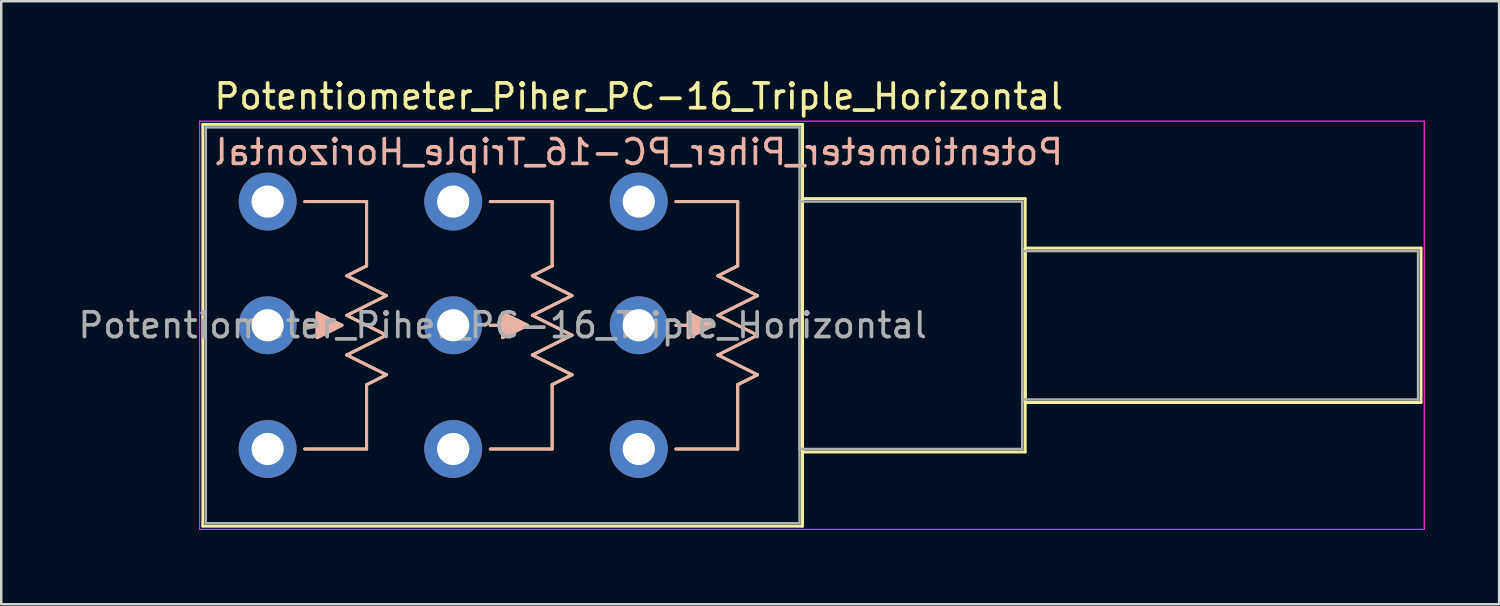
<source format=kicad_pcb>
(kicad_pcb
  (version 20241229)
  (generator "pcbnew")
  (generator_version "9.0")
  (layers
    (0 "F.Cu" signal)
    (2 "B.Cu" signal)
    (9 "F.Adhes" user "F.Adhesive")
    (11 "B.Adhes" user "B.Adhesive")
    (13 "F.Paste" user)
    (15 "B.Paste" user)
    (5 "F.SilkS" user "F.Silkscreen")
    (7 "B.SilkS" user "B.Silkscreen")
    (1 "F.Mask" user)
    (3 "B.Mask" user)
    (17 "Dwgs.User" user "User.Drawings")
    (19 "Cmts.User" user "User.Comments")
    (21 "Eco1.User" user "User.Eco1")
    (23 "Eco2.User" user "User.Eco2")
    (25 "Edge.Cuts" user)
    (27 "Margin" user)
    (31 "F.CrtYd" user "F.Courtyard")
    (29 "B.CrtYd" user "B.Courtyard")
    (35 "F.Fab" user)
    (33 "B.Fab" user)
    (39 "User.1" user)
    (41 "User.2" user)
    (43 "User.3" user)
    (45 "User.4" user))
  (footprint "Potentiometer_Piher_PC-16_Triple_Horizontal"
    (layer "F.Cu")
    (at 22.768 15.098)
    (property "Reference" "Potentiometer_Piher_PC-16_Triple_Horizontal" (at 0 -14.25 0) (layer "F.SilkS") (effects (font (size 1 1) (thickness 0.15))))
    (attr through_hole)
    (fp_line (start -17.62 -13.12) (end -17.62 3.12) (stroke (width 0.12) (type solid)) (layer "F.SilkS"))
    (fp_line (start -17.62 -13.12) (end 6.62 -13.12) (stroke (width 0.12) (type solid)) (layer "F.SilkS"))
    (fp_line (start -17.62 3.12) (end 6.62 3.12) (stroke (width 0.12) (type solid)) (layer "F.SilkS"))
    (fp_line (start -13.5 0) (end -11 0) (stroke (width 0.12) (type solid)) (layer "F.SilkS"))
    (fp_line (start -12 -5) (end -13.5 -5) (stroke (width 0.12) (type solid)) (layer "F.SilkS"))
    (fp_line (start -11.8 -7) (end -10.2 -6.2) (stroke (width 0.12) (type solid)) (layer "F.SilkS"))
    (fp_line (start -11.8 -5.4) (end -10.2 -4.6) (stroke (width 0.12) (type solid)) (layer "F.SilkS"))
    (fp_line (start -11.8 -3.8) (end -10.2 -3) (stroke (width 0.12) (type solid)) (layer "F.SilkS"))
    (fp_line (start -11 -10) (end -13.5 -10) (stroke (width 0.12) (type solid)) (layer "F.SilkS"))
    (fp_line (start -11 -7.4) (end -11.8 -7) (stroke (width 0.12) (type solid)) (layer "F.SilkS"))
    (fp_line (start -11 -7.4) (end -11 -10) (stroke (width 0.12) (type solid)) (layer "F.SilkS"))
    (fp_line (start -11 0) (end -11 -2.6) (stroke (width 0.12) (type solid)) (layer "F.SilkS"))
    (fp_line (start -10.2 -6.2) (end -11.8 -5.4) (stroke (width 0.12) (type solid)) (layer "F.SilkS"))
    (fp_line (start -10.2 -4.6) (end -11.8 -3.8) (stroke (width 0.12) (type solid)) (layer "F.SilkS"))
    (fp_line (start -10.2 -3) (end -11 -2.6) (stroke (width 0.12) (type solid)) (layer "F.SilkS"))
    (fp_line (start -6 0) (end -3.5 0) (stroke (width 0.12) (type solid)) (layer "F.SilkS"))
    (fp_line (start -4.5 -5) (end -6 -5) (stroke (width 0.12) (type solid)) (layer "F.SilkS"))
    (fp_line (start -4.3 -7) (end -2.7 -6.2) (stroke (width 0.12) (type solid)) (layer "F.SilkS"))
    (fp_line (start -4.3 -5.4) (end -2.7 -4.6) (stroke (width 0.12) (type solid)) (layer "F.SilkS"))
    (fp_line (start -4.3 -3.8) (end -2.7 -3) (stroke (width 0.12) (type solid)) (layer "F.SilkS"))
    (fp_line (start -3.5 -10) (end -6 -10) (stroke (width 0.12) (type solid)) (layer "F.SilkS"))
    (fp_line (start -3.5 -7.4) (end -4.3 -7) (stroke (width 0.12) (type solid)) (layer "F.SilkS"))
    (fp_line (start -3.5 -7.4) (end -3.5 -10) (stroke (width 0.12) (type solid)) (layer "F.SilkS"))
    (fp_line (start -3.5 0) (end -3.5 -2.6) (stroke (width 0.12) (type solid)) (layer "F.SilkS"))
    (fp_line (start -2.7 -6.2) (end -4.3 -5.4) (stroke (width 0.12) (type solid)) (layer "F.SilkS"))
    (fp_line (start -2.7 -4.6) (end -4.3 -3.8) (stroke (width 0.12) (type solid)) (layer "F.SilkS"))
    (fp_line (start -2.7 -3) (end -3.5 -2.6) (stroke (width 0.12) (type solid)) (layer "F.SilkS"))
    (fp_line (start 1.5 0) (end 4 0) (stroke (width 0.12) (type solid)) (layer "F.SilkS"))
    (fp_line (start 3 -5) (end 1.5 -5) (stroke (width 0.12) (type solid)) (layer "F.SilkS"))
    (fp_line (start 3.2 -7) (end 4.8 -6.2) (stroke (width 0.12) (type solid)) (layer "F.SilkS"))
    (fp_line (start 3.2 -5.4) (end 4.8 -4.6) (stroke (width 0.12) (type solid)) (layer "F.SilkS"))
    (fp_line (start 3.2 -3.8) (end 4.8 -3) (stroke (width 0.12) (type solid)) (layer "F.SilkS"))
    (fp_line (start 4 -10) (end 1.5 -10) (stroke (width 0.12) (type solid)) (layer "F.SilkS"))
    (fp_line (start 4 -7.4) (end 3.2 -7) (stroke (width 0.12) (type solid)) (layer "F.SilkS"))
    (fp_line (start 4 -7.4) (end 4 -10) (stroke (width 0.12) (type solid)) (layer "F.SilkS"))
    (fp_line (start 4 0) (end 4 -2.6) (stroke (width 0.12) (type solid)) (layer "F.SilkS"))
    (fp_line (start 4.8 -6.2) (end 3.2 -5.4) (stroke (width 0.12) (type solid)) (layer "F.SilkS"))
    (fp_line (start 4.8 -4.6) (end 3.2 -3.8) (stroke (width 0.12) (type solid)) (layer "F.SilkS"))
    (fp_line (start 4.8 -3) (end 4 -2.6) (stroke (width 0.12) (type solid)) (layer "F.SilkS"))
    (fp_line (start 6.62 -13.12) (end 6.62 3.12) (stroke (width 0.12) (type solid)) (layer "F.SilkS"))
    (fp_line (start 6.62 -10.12) (end 6.62 0.12) (stroke (width 0.12) (type solid)) (layer "F.SilkS"))
    (fp_line (start 6.62 -10.12) (end 15.62 -10.12) (stroke (width 0.12) (type solid)) (layer "F.SilkS"))
    (fp_line (start 6.62 0.12) (end 15.62 0.12) (stroke (width 0.12) (type solid)) (layer "F.SilkS"))
    (fp_line (start 15.62 -10.12) (end 15.62 0.12) (stroke (width 0.12) (type solid)) (layer "F.SilkS"))
    (fp_line (start 15.62 -8.12) (end 15.62 -1.879) (stroke (width 0.12) (type solid)) (layer "F.SilkS"))
    (fp_line (start 15.62 -8.12) (end 31.62 -8.12) (stroke (width 0.12) (type solid)) (layer "F.SilkS"))
    (fp_line (start 15.62 -1.879) (end 31.62 -1.879) (stroke (width 0.12) (type solid)) (layer "F.SilkS"))
    (fp_line (start 31.62 -8.12) (end 31.62 -1.879) (stroke (width 0.12) (type solid)) (layer "F.SilkS"))
    (fp_poly (pts (xy -13 -5.5) (xy -12 -5) (xy -13 -4.5)) (stroke (width 0.12) (type solid)) (fill yes) (layer "F.SilkS"))
    (fp_poly (pts (xy -5.5 -5.5) (xy -4.5 -5) (xy -5.5 -4.5)) (stroke (width 0.12) (type solid)) (fill yes) (layer "F.SilkS"))
    (fp_poly (pts (xy 2 -5.5) (xy 3 -5) (xy 2 -4.5)) (stroke (width 0.12) (type solid)) (fill yes) (layer "F.SilkS"))
    (fp_line (start -13.5 -10) (end -11 -10) (stroke (width 0.12) (type solid)) (layer "B.SilkS"))
    (fp_line (start -13.5 -5) (end -12 -5) (stroke (width 0.12) (type solid)) (layer "B.SilkS"))
    (fp_line (start -11.8 -7) (end -10.2 -6.2) (stroke (width 0.12) (type solid)) (layer "B.SilkS"))
    (fp_line (start -11.8 -5.4) (end -10.2 -4.6) (stroke (width 0.12) (type solid)) (layer "B.SilkS"))
    (fp_line (start -11.8 -3.8) (end -10.2 -3) (stroke (width 0.12) (type solid)) (layer "B.SilkS"))
    (fp_line (start -11 -10) (end -11 -7.4) (stroke (width 0.12) (type solid)) (layer "B.SilkS"))
    (fp_line (start -11 -7.4) (end -11.8 -7) (stroke (width 0.12) (type solid)) (layer "B.SilkS"))
    (fp_line (start -11 -2.6) (end -11 0) (stroke (width 0.12) (type solid)) (layer "B.SilkS"))
    (fp_line (start -11 0) (end -13.5 0) (stroke (width 0.12) (type solid)) (layer "B.SilkS"))
    (fp_line (start -10.2 -6.2) (end -11.8 -5.4) (stroke (width 0.12) (type solid)) (layer "B.SilkS"))
    (fp_line (start -10.2 -4.6) (end -11.8 -3.8) (stroke (width 0.12) (type solid)) (layer "B.SilkS"))
    (fp_line (start -10.2 -3) (end -11 -2.6) (stroke (width 0.12) (type solid)) (layer "B.SilkS"))
    (fp_line (start -6 -10) (end -3.5 -10) (stroke (width 0.12) (type solid)) (layer "B.SilkS"))
    (fp_line (start -6 -5) (end -4.5 -5) (stroke (width 0.12) (type solid)) (layer "B.SilkS"))
    (fp_line (start -4.3 -7) (end -2.7 -6.2) (stroke (width 0.12) (type solid)) (layer "B.SilkS"))
    (fp_line (start -4.3 -5.4) (end -2.7 -4.6) (stroke (width 0.12) (type solid)) (layer "B.SilkS"))
    (fp_line (start -4.3 -3.8) (end -2.7 -3) (stroke (width 0.12) (type solid)) (layer "B.SilkS"))
    (fp_line (start -3.5 -10) (end -3.5 -7.4) (stroke (width 0.12) (type solid)) (layer "B.SilkS"))
    (fp_line (start -3.5 -7.4) (end -4.3 -7) (stroke (width 0.12) (type solid)) (layer "B.SilkS"))
    (fp_line (start -3.5 -2.6) (end -3.5 0) (stroke (width 0.12) (type solid)) (layer "B.SilkS"))
    (fp_line (start -3.5 0) (end -6 0) (stroke (width 0.12) (type solid)) (layer "B.SilkS"))
    (fp_line (start -2.7 -6.2) (end -4.3 -5.4) (stroke (width 0.12) (type solid)) (layer "B.SilkS"))
    (fp_line (start -2.7 -4.6) (end -4.3 -3.8) (stroke (width 0.12) (type solid)) (layer "B.SilkS"))
    (fp_line (start -2.7 -3) (end -3.5 -2.6) (stroke (width 0.12) (type solid)) (layer "B.SilkS"))
    (fp_line (start 1.5 -10) (end 4 -10) (stroke (width 0.12) (type solid)) (layer "B.SilkS"))
    (fp_line (start 1.5 -5) (end 3 -5) (stroke (width 0.12) (type solid)) (layer "B.SilkS"))
    (fp_line (start 3.2 -7) (end 4.8 -6.2) (stroke (width 0.12) (type solid)) (layer "B.SilkS"))
    (fp_line (start 3.2 -5.4) (end 4.8 -4.6) (stroke (width 0.12) (type solid)) (layer "B.SilkS"))
    (fp_line (start 3.2 -3.8) (end 4.8 -3) (stroke (width 0.12) (type solid)) (layer "B.SilkS"))
    (fp_line (start 4 -10) (end 4 -7.4) (stroke (width 0.12) (type solid)) (layer "B.SilkS"))
    (fp_line (start 4 -7.4) (end 3.2 -7) (stroke (width 0.12) (type solid)) (layer "B.SilkS"))
    (fp_line (start 4 -2.6) (end 4 0) (stroke (width 0.12) (type solid)) (layer "B.SilkS"))
    (fp_line (start 4 0) (end 1.5 0) (stroke (width 0.12) (type solid)) (layer "B.SilkS"))
    (fp_line (start 4.8 -6.2) (end 3.2 -5.4) (stroke (width 0.12) (type solid)) (layer "B.SilkS"))
    (fp_line (start 4.8 -4.6) (end 3.2 -3.8) (stroke (width 0.12) (type solid)) (layer "B.SilkS"))
    (fp_line (start 4.8 -3) (end 4 -2.6) (stroke (width 0.12) (type solid)) (layer "B.SilkS"))
    (fp_poly (pts (xy -12 -5) (xy -13 -4.5) (xy -13 -5.5)) (stroke (width 0.12) (type solid)) (fill yes) (layer "B.SilkS"))
    (fp_poly (pts (xy -4.5 -5) (xy -5.5 -4.5) (xy -5.5 -5.5)) (stroke (width 0.12) (type solid)) (fill yes) (layer "B.SilkS"))
    (fp_poly (pts (xy 3 -5) (xy 2 -4.5) (xy 2 -5.5)) (stroke (width 0.12) (type solid)) (fill yes) (layer "B.SilkS"))
    (fp_line (start -17.75 -13.25) (end -17.75 3.25) (stroke (width 0.05) (type solid)) (layer "F.CrtYd"))
    (fp_line (start -17.75 3.25) (end 31.75 3.25) (stroke (width 0.05) (type solid)) (layer "F.CrtYd"))
    (fp_line (start 31.75 -13.25) (end -17.75 -13.25) (stroke (width 0.05) (type solid)) (layer "F.CrtYd"))
    (fp_line (start 31.75 3.25) (end 31.75 -13.25) (stroke (width 0.05) (type solid)) (layer "F.CrtYd"))
    (fp_line (start -17.5 -13) (end -17.5 3) (stroke (width 0.1) (type solid)) (layer "F.Fab"))
    (fp_line (start -17.5 3) (end 6.5 3) (stroke (width 0.1) (type solid)) (layer "F.Fab"))
    (fp_line (start 6.5 -13) (end -17.5 -13) (stroke (width 0.1) (type solid)) (layer "F.Fab"))
    (fp_line (start 6.5 -10) (end 6.5 0) (stroke (width 0.1) (type solid)) (layer "F.Fab"))
    (fp_line (start 6.5 0) (end 15.5 0) (stroke (width 0.1) (type solid)) (layer "F.Fab"))
    (fp_line (start 6.5 3) (end 6.5 -13) (stroke (width 0.1) (type solid)) (layer "F.Fab"))
    (fp_line (start 15.5 -10) (end 6.5 -10) (stroke (width 0.1) (type solid)) (layer "F.Fab"))
    (fp_line (start 15.5 -8) (end 15.5 -2) (stroke (width 0.1) (type solid)) (layer "F.Fab"))
    (fp_line (start 15.5 -2) (end 31.5 -2) (stroke (width 0.1) (type solid)) (layer "F.Fab"))
    (fp_line (start 15.5 0) (end 15.5 -10) (stroke (width 0.1) (type solid)) (layer "F.Fab"))
    (fp_line (start 31.5 -8) (end 15.5 -8) (stroke (width 0.1) (type solid)) (layer "F.Fab"))
    (fp_line (start 31.5 -2) (end 31.5 -8) (stroke (width 0.1) (type solid)) (layer "F.Fab"))
    (fp_text user "${REFERENCE}" (at 0 -12 0) (unlocked yes) (layer "B.SilkS") (effects (font (size 1 1) (thickness 0.15)) (justify mirror)))
    (fp_text user "${REFERENCE}" (at -5.5 -5 0) (layer "F.Fab") (effects (font (size 1 1) (thickness 0.15))))
    (pad "1" thru_hole circle (at 0 0) (size 2.34 2.34) (drill 1.3) (layers "*.Cu" "*.Mask"))
    (pad "2" thru_hole circle (at 0 -5) (size 2.34 2.34) (drill 1.3) (layers "*.Cu" "*.Mask"))
    (pad "3" thru_hole circle (at 0 -10) (size 2.34 2.34) (drill 1.3) (layers "*.Cu" "*.Mask"))
    (pad "4" thru_hole circle (at -7.5 0) (size 2.34 2.34) (drill 1.3) (layers "*.Cu" "*.Mask"))
    (pad "5" thru_hole circle (at -7.5 -5) (size 2.34 2.34) (drill 1.3) (layers "*.Cu" "*.Mask"))
    (pad "6" thru_hole circle (at -7.5 -10) (size 2.34 2.34) (drill 1.3) (layers "*.Cu" "*.Mask"))
    (pad "7" thru_hole circle (at -15 0) (size 2.34 2.34) (drill 1.3) (layers "*.Cu" "*.Mask"))
    (pad "8" thru_hole circle (at -15 -5) (size 2.34 2.34) (drill 1.3) (layers "*.Cu" "*.Mask"))
    (pad "9" thru_hole circle (at -15 -10) (size 2.34 2.34) (drill 1.3) (layers "*.Cu" "*.Mask")))
  (gr_rect
    (start -3 -3)
    (end 57.543 21.373)
    (stroke (width 0.1) (type default))
    (fill no)
    (layer "Edge.Cuts")))
</source>
